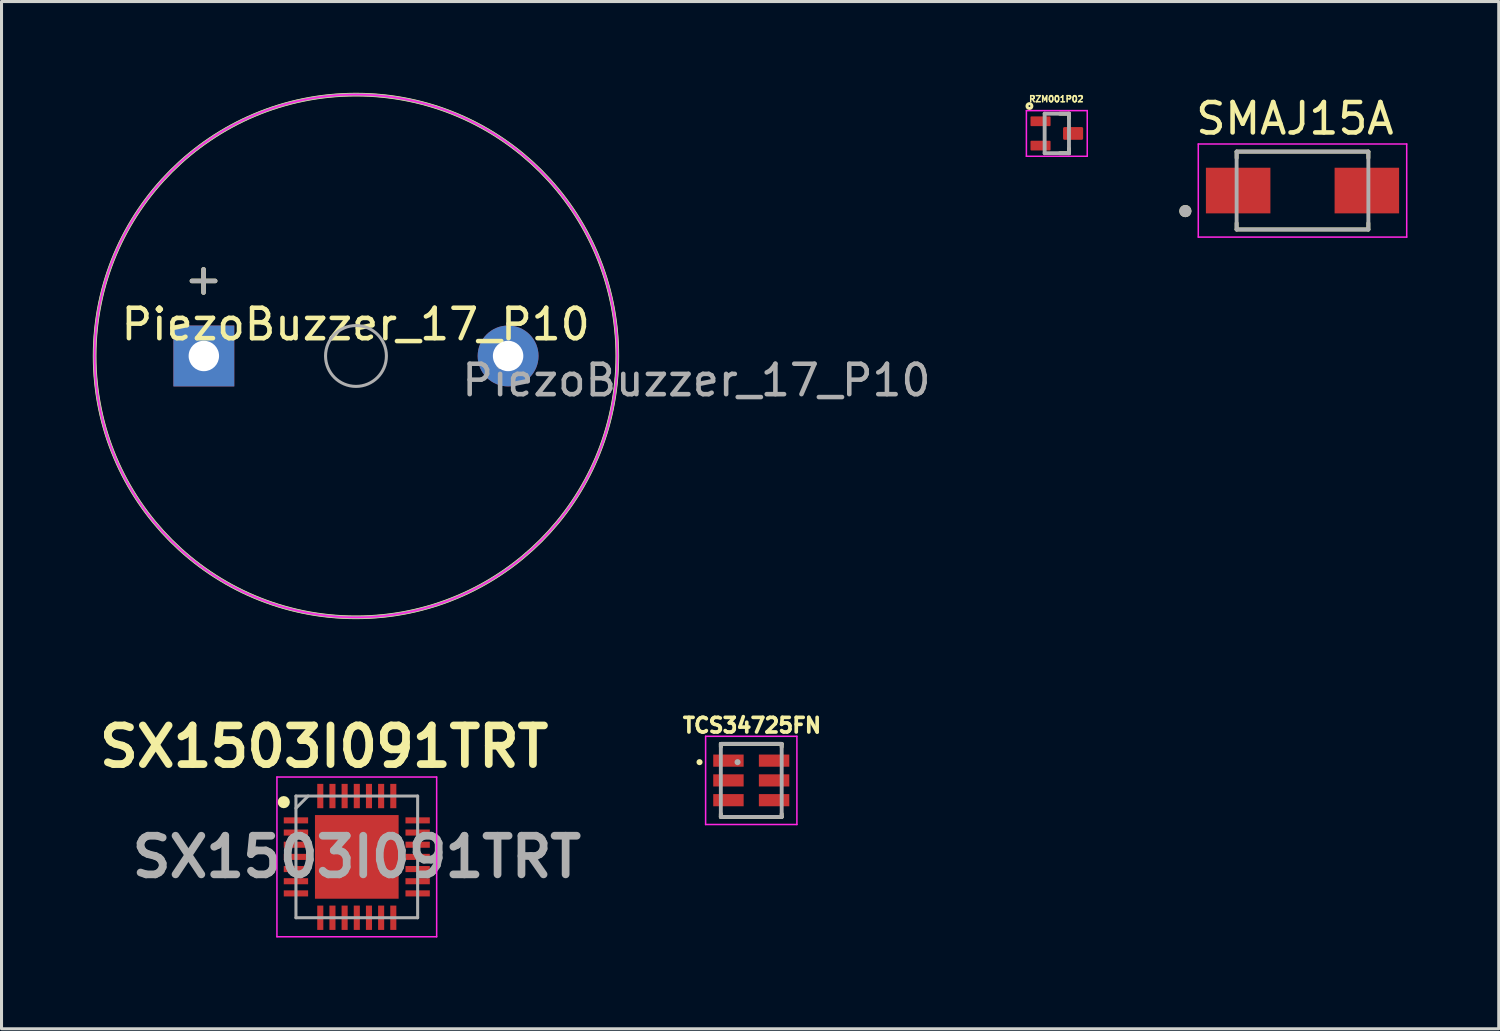
<source format=kicad_pcb>
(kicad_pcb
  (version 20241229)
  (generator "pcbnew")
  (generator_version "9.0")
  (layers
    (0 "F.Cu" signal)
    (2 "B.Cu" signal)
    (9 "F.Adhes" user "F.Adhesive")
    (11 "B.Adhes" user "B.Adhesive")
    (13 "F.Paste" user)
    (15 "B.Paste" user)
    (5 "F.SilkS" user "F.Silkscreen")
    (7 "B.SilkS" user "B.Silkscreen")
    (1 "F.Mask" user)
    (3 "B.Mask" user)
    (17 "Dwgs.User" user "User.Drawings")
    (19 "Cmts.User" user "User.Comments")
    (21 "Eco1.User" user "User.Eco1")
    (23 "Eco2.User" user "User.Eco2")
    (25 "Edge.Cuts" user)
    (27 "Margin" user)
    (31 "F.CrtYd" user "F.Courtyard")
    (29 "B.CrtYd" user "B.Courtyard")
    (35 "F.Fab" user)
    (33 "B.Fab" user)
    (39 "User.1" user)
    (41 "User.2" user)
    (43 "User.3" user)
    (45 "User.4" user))
  (footprint "SX1503I091TRT"
    (layer "F.Cu")
    (at 8.677 25.114)
    (property "Reference" "SX1503I091TRT" (at -1.075 -3.625 0) (layer "F.SilkS") (effects (font (size 1.27 1.27) (thickness 0.254))))
    (attr smd)
    (fp_circle (center -2.4 -1.8) (end -2.4 -1.7) (stroke (width 0.2) (type solid)) (fill no) (layer "F.SilkS"))
    (fp_line (start -2.625 -2.625) (end 2.625 -2.625) (stroke (width 0.05) (type solid)) (layer "F.CrtYd"))
    (fp_line (start -2.625 2.625) (end -2.625 -2.625) (stroke (width 0.05) (type solid)) (layer "F.CrtYd"))
    (fp_line (start 2.625 -2.625) (end 2.625 2.625) (stroke (width 0.05) (type solid)) (layer "F.CrtYd"))
    (fp_line (start 2.625 2.625) (end -2.625 2.625) (stroke (width 0.05) (type solid)) (layer "F.CrtYd"))
    (fp_line (start -2 -2) (end 2 -2) (stroke (width 0.1) (type solid)) (layer "F.Fab"))
    (fp_line (start -2 -1.6) (end -1.6 -2) (stroke (width 0.1) (type solid)) (layer "F.Fab"))
    (fp_line (start -2 2) (end -2 -2) (stroke (width 0.1) (type solid)) (layer "F.Fab"))
    (fp_line (start 2 -2) (end 2 2) (stroke (width 0.1) (type solid)) (layer "F.Fab"))
    (fp_line (start 2 2) (end -2 2) (stroke (width 0.1) (type solid)) (layer "F.Fab"))
    (fp_text user "${REFERENCE}" (at 0 0 0) (layer "F.Fab") (effects (font (size 1.27 1.27) (thickness 0.254))))
    (pad "1" smd rect (at -2 -1.2 90) (size 0.2 0.8) (layers "F.Cu" "F.Mask" "F.Paste"))
    (pad "2" smd rect (at -2 -0.8 90) (size 0.2 0.8) (layers "F.Cu" "F.Mask" "F.Paste"))
    (pad "3" smd rect (at -2 -0.4 90) (size 0.2 0.8) (layers "F.Cu" "F.Mask" "F.Paste"))
    (pad "4" smd rect (at -2 0 90) (size 0.2 0.8) (layers "F.Cu" "F.Mask" "F.Paste"))
    (pad "5" smd rect (at -2 0.4 90) (size 0.2 0.8) (layers "F.Cu" "F.Mask" "F.Paste"))
    (pad "6" smd rect (at -2 0.8 90) (size 0.2 0.8) (layers "F.Cu" "F.Mask" "F.Paste"))
    (pad "7" smd rect (at -2 1.2 90) (size 0.2 0.8) (layers "F.Cu" "F.Mask" "F.Paste"))
    (pad "8" smd rect (at -1.2 2) (size 0.2 0.8) (layers "F.Cu" "F.Mask" "F.Paste"))
    (pad "9" smd rect (at -0.8 2) (size 0.2 0.8) (layers "F.Cu" "F.Mask" "F.Paste"))
    (pad "10" smd rect (at -0.4 2) (size 0.2 0.8) (layers "F.Cu" "F.Mask" "F.Paste"))
    (pad "11" smd rect (at 0 2) (size 0.2 0.8) (layers "F.Cu" "F.Mask" "F.Paste"))
    (pad "12" smd rect (at 0.4 2) (size 0.2 0.8) (layers "F.Cu" "F.Mask" "F.Paste"))
    (pad "13" smd rect (at 0.8 2) (size 0.2 0.8) (layers "F.Cu" "F.Mask" "F.Paste"))
    (pad "14" smd rect (at 1.2 2) (size 0.2 0.8) (layers "F.Cu" "F.Mask" "F.Paste"))
    (pad "15" smd rect (at 2 1.2 90) (size 0.2 0.8) (layers "F.Cu" "F.Mask" "F.Paste"))
    (pad "16" smd rect (at 2 0.8 90) (size 0.2 0.8) (layers "F.Cu" "F.Mask" "F.Paste"))
    (pad "17" smd rect (at 2 0.4 90) (size 0.2 0.8) (layers "F.Cu" "F.Mask" "F.Paste"))
    (pad "18" smd rect (at 2 0 90) (size 0.2 0.8) (layers "F.Cu" "F.Mask" "F.Paste"))
    (pad "19" smd rect (at 2 -0.4 90) (size 0.2 0.8) (layers "F.Cu" "F.Mask" "F.Paste"))
    (pad "20" smd rect (at 2 -0.8 90) (size 0.2 0.8) (layers "F.Cu" "F.Mask" "F.Paste"))
    (pad "21" smd rect (at 2 -1.2 90) (size 0.2 0.8) (layers "F.Cu" "F.Mask" "F.Paste"))
    (pad "22" smd rect (at 1.2 -2) (size 0.2 0.8) (layers "F.Cu" "F.Mask" "F.Paste"))
    (pad "23" smd rect (at 0.8 -2) (size 0.2 0.8) (layers "F.Cu" "F.Mask" "F.Paste"))
    (pad "24" smd rect (at 0.4 -2) (size 0.2 0.8) (layers "F.Cu" "F.Mask" "F.Paste"))
    (pad "25" smd rect (at 0 -2) (size 0.2 0.8) (layers "F.Cu" "F.Mask" "F.Paste"))
    (pad "26" smd rect (at -0.4 -2) (size 0.2 0.8) (layers "F.Cu" "F.Mask" "F.Paste"))
    (pad "27" smd rect (at -0.8 -2) (size 0.2 0.8) (layers "F.Cu" "F.Mask" "F.Paste"))
    (pad "28" smd rect (at -1.2 -2) (size 0.2 0.8) (layers "F.Cu" "F.Mask" "F.Paste"))
    (pad "29" smd rect (at 0 0) (size 2.75 2.75) (layers "F.Cu" "F.Mask" "F.Paste")))
  (footprint "RZM001P02"
    (layer "F.Cu")
    (at 31.685 1.336)
    (property "Reference" "RZM001P02" (at -0.015 -1.131 0) (layer "F.SilkS") (effects (font (size 0.201 0.201) (thickness 0.15))))
    (attr through_hole)
    (fp_line (start 0.1 -0.65) (end 0.4 -0.65) (stroke (width 0.127) (type solid)) (layer "F.SilkS"))
    (fp_line (start 0.4 -0.65) (end 0.4 -0.5) (stroke (width 0.127) (type solid)) (layer "F.SilkS"))
    (fp_line (start 0.4 0.5) (end 0.4 0.65) (stroke (width 0.127) (type solid)) (layer "F.SilkS"))
    (fp_line (start 0.4 0.65) (end 0.1 0.65) (stroke (width 0.127) (type solid)) (layer "F.SilkS"))
    (fp_circle (center -0.9 -0.9) (end -0.82 -0.9) (stroke (width 0.1) (type solid)) (fill no) (layer "F.SilkS"))
    (fp_line (start -1 -0.75) (end -1 0.75) (stroke (width 0.05) (type solid)) (layer "F.CrtYd"))
    (fp_line (start -1 0.75) (end 1 0.75) (stroke (width 0.05) (type solid)) (layer "F.CrtYd"))
    (fp_line (start 1 -0.75) (end -1 -0.75) (stroke (width 0.05) (type solid)) (layer "F.CrtYd"))
    (fp_line (start 1 0.75) (end 1 -0.75) (stroke (width 0.05) (type solid)) (layer "F.CrtYd"))
    (fp_line (start -0.4 -0.65) (end 0.4 -0.65) (stroke (width 0.127) (type solid)) (layer "F.Fab"))
    (fp_line (start -0.4 0.65) (end -0.4 -0.65) (stroke (width 0.127) (type solid)) (layer "F.Fab"))
    (fp_line (start 0.4 -0.65) (end 0.4 0.65) (stroke (width 0.127) (type solid)) (layer "F.Fab"))
    (fp_line (start 0.4 0.65) (end -0.4 0.65) (stroke (width 0.127) (type solid)) (layer "F.Fab"))
    (pad "1" smd roundrect (at -0.535 -0.4) (size 0.66 0.32) (layers "F.Cu" "F.Mask" "F.Paste") (roundrect_rratio 0.09))
    (pad "2" smd roundrect (at -0.535 0.4) (size 0.66 0.32) (layers "F.Cu" "F.Mask" "F.Paste") (roundrect_rratio 0.09))
    (pad "3" smd roundrect (at 0.535 0) (size 0.66 0.42) (layers "F.Cu" "F.Mask" "F.Paste") (roundrect_rratio 0.11)))
  (footprint "TCS34725FN"
    (layer "F.Cu")
    (at 21.642 22.6)
    (property "Reference" "TCS34725FN" (at 0.024 -1.808 0) (layer "F.SilkS") (effects (font (size 0.481 0.481) (thickness 0.15))))
    (attr through_hole)
    (fp_line (start -1 -1.2) (end 1 -1.2) (stroke (width 0.127) (type solid)) (layer "F.SilkS"))
    (fp_line (start -1 -1.1) (end -1 -1.2) (stroke (width 0.127) (type solid)) (layer "F.SilkS"))
    (fp_line (start -1 1.2) (end -1 1.1) (stroke (width 0.127) (type solid)) (layer "F.SilkS"))
    (fp_line (start 1 -1.2) (end 1 -1.1) (stroke (width 0.127) (type solid)) (layer "F.SilkS"))
    (fp_line (start 1 1.1) (end 1 1.2) (stroke (width 0.127) (type solid)) (layer "F.SilkS"))
    (fp_line (start 1 1.2) (end -1 1.2) (stroke (width 0.127) (type solid)) (layer "F.SilkS"))
    (fp_circle (center -1.7 -0.6) (end -1.65 -0.6) (stroke (width 0.1) (type solid)) (fill no) (layer "F.SilkS"))
    (fp_line (start -1.5 -1.45) (end 1.5 -1.45) (stroke (width 0.05) (type solid)) (layer "F.CrtYd"))
    (fp_line (start -1.5 1.45) (end -1.5 -1.45) (stroke (width 0.05) (type solid)) (layer "F.CrtYd"))
    (fp_line (start 1.5 -1.45) (end 1.5 1.45) (stroke (width 0.05) (type solid)) (layer "F.CrtYd"))
    (fp_line (start 1.5 1.45) (end -1.5 1.45) (stroke (width 0.05) (type solid)) (layer "F.CrtYd"))
    (fp_line (start -1 -1.2) (end 1 -1.2) (stroke (width 0.127) (type solid)) (layer "F.Fab"))
    (fp_line (start -1 1.2) (end -1 -1.2) (stroke (width 0.127) (type solid)) (layer "F.Fab"))
    (fp_line (start 1 -1.2) (end 1 1.2) (stroke (width 0.127) (type solid)) (layer "F.Fab"))
    (fp_line (start 1 1.2) (end -1 1.2) (stroke (width 0.127) (type solid)) (layer "F.Fab"))
    (fp_circle (center -0.45 -0.6) (end -0.4 -0.6) (stroke (width 0.1) (type solid)) (fill no) (layer "F.Fab"))
    (pad "1" smd rect (at -0.75 -0.65) (size 1 0.4) (layers "F.Cu" "F.Mask" "F.Paste"))
    (pad "2" smd rect (at -0.75 0) (size 1 0.4) (layers "F.Cu" "F.Mask" "F.Paste"))
    (pad "3" smd rect (at -0.75 0.65) (size 1 0.4) (layers "F.Cu" "F.Mask" "F.Paste"))
    (pad "4" smd rect (at 0.75 0.65) (size 1 0.4) (layers "F.Cu" "F.Mask" "F.Paste"))
    (pad "5" smd rect (at 0.75 0) (size 1 0.4) (layers "F.Cu" "F.Mask" "F.Paste"))
    (pad "6" smd rect (at 0.75 -0.65) (size 1 0.4) (layers "F.Cu" "F.Mask" "F.Paste")))
  (footprint "SMAJ15A"
    (layer "F.Cu")
    (at 39.76 3.213)
    (property "Reference" "SMAJ15A" (at -0.25 -2.365 0) (layer "F.SilkS") (effects (font (size 1 1) (thickness 0.15))))
    (attr through_hole)
    (fp_line (start -2.165 -1.28) (end -2.165 -1.07) (stroke (width 0.127) (type solid)) (layer "F.SilkS"))
    (fp_line (start -2.165 1.28) (end -2.165 1.07) (stroke (width 0.127) (type solid)) (layer "F.SilkS"))
    (fp_line (start -2.165 1.28) (end 2.165 1.28) (stroke (width 0.127) (type solid)) (layer "F.SilkS"))
    (fp_line (start 2.165 -1.28) (end -2.165 -1.28) (stroke (width 0.127) (type solid)) (layer "F.SilkS"))
    (fp_line (start 2.165 -1.07) (end 2.165 -1.28) (stroke (width 0.127) (type solid)) (layer "F.SilkS"))
    (fp_line (start 2.165 1.28) (end 2.165 1.07) (stroke (width 0.127) (type solid)) (layer "F.SilkS"))
    (fp_circle (center -3.85 0.675) (end -3.75 0.675) (stroke (width 0.2) (type solid)) (fill no) (layer "F.SilkS"))
    (fp_line (start -3.425 -1.53) (end -3.425 1.53) (stroke (width 0.05) (type solid)) (layer "F.CrtYd"))
    (fp_line (start -3.425 1.53) (end 3.425 1.53) (stroke (width 0.05) (type solid)) (layer "F.CrtYd"))
    (fp_line (start 3.425 -1.53) (end -3.425 -1.53) (stroke (width 0.05) (type solid)) (layer "F.CrtYd"))
    (fp_line (start 3.425 1.53) (end 3.425 -1.53) (stroke (width 0.05) (type solid)) (layer "F.CrtYd"))
    (fp_line (start -2.165 -1.28) (end -2.165 1.28) (stroke (width 0.127) (type solid)) (layer "F.Fab"))
    (fp_line (start -2.165 1.28) (end 2.165 1.28) (stroke (width 0.127) (type solid)) (layer "F.Fab"))
    (fp_line (start 2.165 -1.28) (end -2.165 -1.28) (stroke (width 0.127) (type solid)) (layer "F.Fab"))
    (fp_line (start 2.165 1.28) (end 2.165 -1.28) (stroke (width 0.127) (type solid)) (layer "F.Fab"))
    (fp_circle (center -3.85 0.675) (end -3.75 0.675) (stroke (width 0.2) (type solid)) (fill no) (layer "F.Fab"))
    (pad "A" smd rect (at 2.115 0) (size 2.12 1.5) (layers "F.Cu" "F.Mask" "F.Paste"))
    (pad "C" smd rect (at -2.115 0) (size 2.12 1.5) (layers "F.Cu" "F.Mask" "F.Paste")))
  (footprint "PiezoBuzzer_17_P10"
    (layer "F.Cu")
    (at 8.64 8.65)
    (property "Reference" "PiezoBuzzer_17_P10" (at 0 -1.04 0) (unlocked yes) (layer "F.SilkS") (effects (font (size 1 1) (thickness 0.15))))
    (attr through_hole)
    (fp_circle (center 0.01 0) (end 8.6 0) (stroke (width 0.12) (type solid)) (fill no) (layer "F.SilkS"))
    (fp_circle (center 0.01 0) (end 8.6 0.1) (stroke (width 0.05) (type solid)) (fill no) (layer "F.CrtYd"))
    (fp_circle (center 0.01 0) (end 1.01 0) (stroke (width 0.1) (type solid)) (fill no) (layer "F.Fab"))
    (fp_circle (center 0.01 0) (end 8.6 0.1) (stroke (width 0.1) (type solid)) (fill no) (layer "F.Fab"))
    (fp_text user "+" (at -5 -2.54 0) (layer "F.SilkS") (effects (font (size 1 1) (thickness 0.15))))
    (fp_text user "+" (at -5 -2.54 0) (layer "F.Fab") (effects (font (size 1 1) (thickness 0.15))))
    (fp_text user "${REFERENCE}" (at 11.2 0.8 0) (unlocked yes) (layer "F.Fab") (effects (font (size 1 1) (thickness 0.15))))
    (pad "1" thru_hole rect (at -4.99 0) (size 2 2) (drill 1) (layers "*.Cu" "*.Mask"))
    (pad "2" thru_hole circle (at 5.01 0) (size 2 2) (drill 1) (layers "*.Cu" "*.Mask")))
  (gr_rect
    (start -3 -3)
    (end 46.21 30.764)
    (stroke (width 0.1) (type default))
    (fill no)
    (layer "Edge.Cuts")))
</source>
